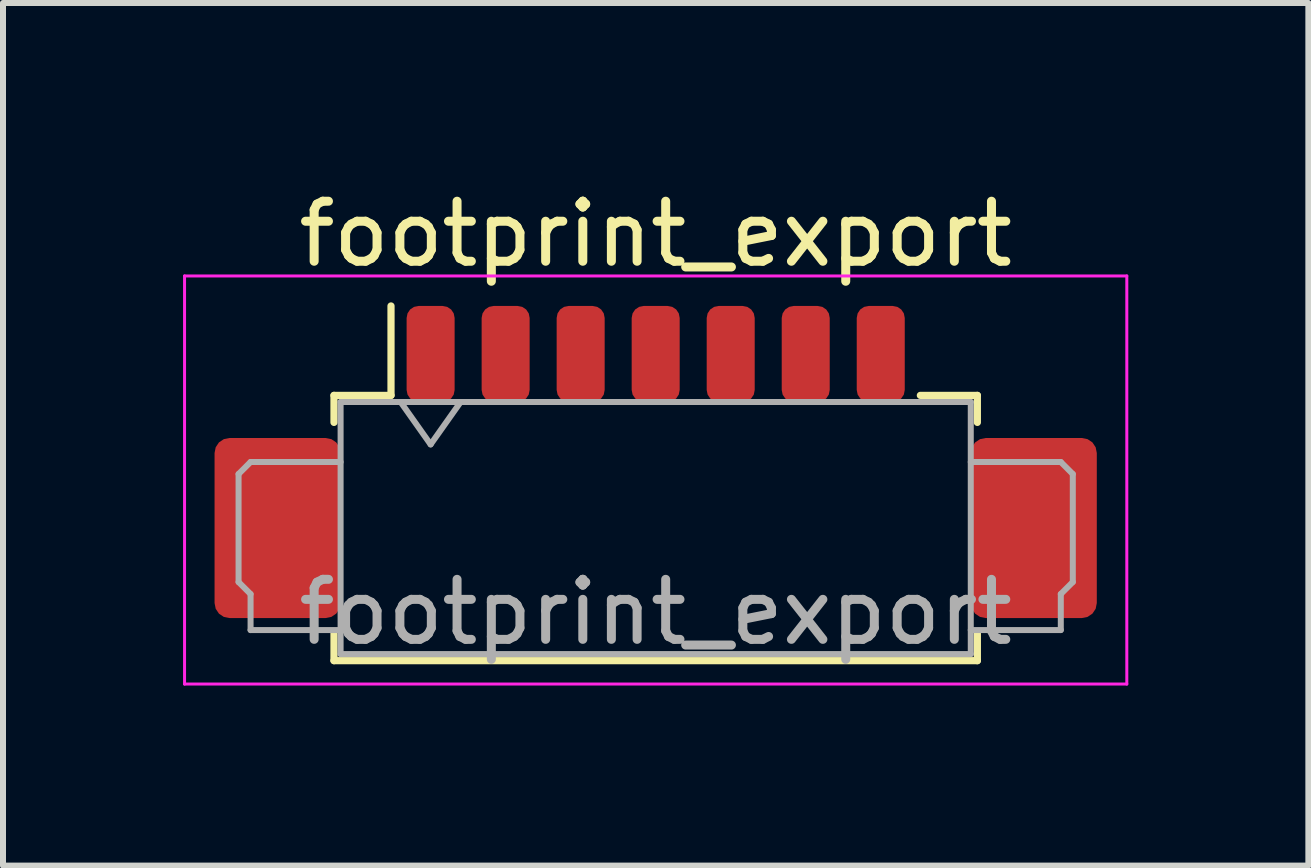
<source format=kicad_pcb>
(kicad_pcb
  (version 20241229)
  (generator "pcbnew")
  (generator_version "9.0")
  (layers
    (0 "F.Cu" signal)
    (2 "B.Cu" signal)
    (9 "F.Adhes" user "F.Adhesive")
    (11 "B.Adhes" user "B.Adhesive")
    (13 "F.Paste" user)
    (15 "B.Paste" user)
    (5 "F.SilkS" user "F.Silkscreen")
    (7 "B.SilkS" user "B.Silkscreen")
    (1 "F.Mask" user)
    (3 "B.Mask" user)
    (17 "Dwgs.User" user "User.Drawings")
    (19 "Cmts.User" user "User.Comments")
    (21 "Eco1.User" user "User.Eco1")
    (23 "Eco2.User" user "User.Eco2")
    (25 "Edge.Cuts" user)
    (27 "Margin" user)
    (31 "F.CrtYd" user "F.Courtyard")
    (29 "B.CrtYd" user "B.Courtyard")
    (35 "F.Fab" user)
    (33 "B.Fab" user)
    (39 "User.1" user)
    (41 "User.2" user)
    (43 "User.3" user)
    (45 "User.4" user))
  (footprint "footprint_export"
    (layer "F.Cu")
    (at 7.875 5.248)
    (property "Reference" "footprint_export" (at 0 -4.4 0) (layer "F.SilkS") (effects (font (size 1 1) (thickness 0.15))))
    (attr smd)
    (fp_line (start -5.36 -1.71) (end -4.41 -1.71) (stroke (width 0.12) (type solid)) (layer "F.SilkS"))
    (fp_line (start -5.36 -1.26) (end -5.36 -1.71) (stroke (width 0.12) (type solid)) (layer "F.SilkS"))
    (fp_line (start -5.36 2.26) (end -5.36 2.71) (stroke (width 0.12) (type solid)) (layer "F.SilkS"))
    (fp_line (start -5.36 2.71) (end 5.36 2.71) (stroke (width 0.12) (type solid)) (layer "F.SilkS"))
    (fp_line (start -4.41 -1.71) (end -4.41 -3.2) (stroke (width 0.12) (type solid)) (layer "F.SilkS"))
    (fp_line (start 5.36 -1.71) (end 4.41 -1.71) (stroke (width 0.12) (type solid)) (layer "F.SilkS"))
    (fp_line (start 5.36 -1.26) (end 5.36 -1.71) (stroke (width 0.12) (type solid)) (layer "F.SilkS"))
    (fp_line (start 5.36 2.71) (end 5.36 2.26) (stroke (width 0.12) (type solid)) (layer "F.SilkS"))
    (fp_line (start -7.85 -3.7) (end -7.85 3.1) (stroke (width 0.05) (type solid)) (layer "F.CrtYd"))
    (fp_line (start -7.85 3.1) (end 7.85 3.1) (stroke (width 0.05) (type solid)) (layer "F.CrtYd"))
    (fp_line (start 7.85 -3.7) (end -7.85 -3.7) (stroke (width 0.05) (type solid)) (layer "F.CrtYd"))
    (fp_line (start 7.85 3.1) (end 7.85 -3.7) (stroke (width 0.05) (type solid)) (layer "F.CrtYd"))
    (fp_line (start -6.95 -0.4) (end -6.95 1.4) (stroke (width 0.1) (type solid)) (layer "F.Fab"))
    (fp_line (start -6.95 1.4) (end -6.75 1.6) (stroke (width 0.1) (type solid)) (layer "F.Fab"))
    (fp_line (start -6.75 -0.6) (end -6.95 -0.4) (stroke (width 0.1) (type solid)) (layer "F.Fab"))
    (fp_line (start -6.75 1.6) (end -6.75 2.2) (stroke (width 0.1) (type solid)) (layer "F.Fab"))
    (fp_line (start -6.75 2.2) (end -5.25 2.2) (stroke (width 0.1) (type solid)) (layer "F.Fab"))
    (fp_line (start -5.25 -1.6) (end -5.25 2.6) (stroke (width 0.1) (type solid)) (layer "F.Fab"))
    (fp_line (start -5.25 -1.6) (end 5.25 -1.6) (stroke (width 0.1) (type solid)) (layer "F.Fab"))
    (fp_line (start -5.25 -0.6) (end -6.75 -0.6) (stroke (width 0.1) (type solid)) (layer "F.Fab"))
    (fp_line (start -5.25 2.6) (end 5.25 2.6) (stroke (width 0.1) (type solid)) (layer "F.Fab"))
    (fp_line (start -4.25 -1.6) (end -3.75 -0.893) (stroke (width 0.1) (type solid)) (layer "F.Fab"))
    (fp_line (start -3.75 -0.893) (end -3.25 -1.6) (stroke (width 0.1) (type solid)) (layer "F.Fab"))
    (fp_line (start 5.25 -1.6) (end 5.25 2.6) (stroke (width 0.1) (type solid)) (layer "F.Fab"))
    (fp_line (start 5.25 -0.6) (end 6.75 -0.6) (stroke (width 0.1) (type solid)) (layer "F.Fab"))
    (fp_line (start 6.75 -0.6) (end 6.95 -0.4) (stroke (width 0.1) (type solid)) (layer "F.Fab"))
    (fp_line (start 6.75 1.6) (end 6.75 2.2) (stroke (width 0.1) (type solid)) (layer "F.Fab"))
    (fp_line (start 6.75 2.2) (end 5.25 2.2) (stroke (width 0.1) (type solid)) (layer "F.Fab"))
    (fp_line (start 6.95 -0.4) (end 6.95 1.4) (stroke (width 0.1) (type solid)) (layer "F.Fab"))
    (fp_line (start 6.95 1.4) (end 6.75 1.6) (stroke (width 0.1) (type solid)) (layer "F.Fab"))
    (fp_text user "${REFERENCE}" (at 0 1.9 0) (layer "F.Fab") (effects (font (size 1 1) (thickness 0.15))))
    (pad "1" smd roundrect (at -3.75 -2.4) (size 0.8 1.6) (layers "F.Cu" "F.Mask" "F.Paste") (roundrect_rratio 0.25))
    (pad "2" smd roundrect (at -2.5 -2.4) (size 0.8 1.6) (layers "F.Cu" "F.Mask" "F.Paste") (roundrect_rratio 0.25))
    (pad "3" smd roundrect (at -1.25 -2.4) (size 0.8 1.6) (layers "F.Cu" "F.Mask" "F.Paste") (roundrect_rratio 0.25))
    (pad "4" smd roundrect (at 0 -2.4) (size 0.8 1.6) (layers "F.Cu" "F.Mask" "F.Paste") (roundrect_rratio 0.25))
    (pad "5" smd roundrect (at 1.25 -2.4) (size 0.8 1.6) (layers "F.Cu" "F.Mask" "F.Paste") (roundrect_rratio 0.25))
    (pad "6" smd roundrect (at 2.5 -2.4) (size 0.8 1.6) (layers "F.Cu" "F.Mask" "F.Paste") (roundrect_rratio 0.25))
    (pad "7" smd roundrect (at 3.75 -2.4) (size 0.8 1.6) (layers "F.Cu" "F.Mask" "F.Paste") (roundrect_rratio 0.25))
    (pad "MP" smd roundrect (at -6.3 0.5) (size 2.1 3) (layers "F.Cu" "F.Mask" "F.Paste") (roundrect_rratio 0.119))
    (pad "MP" smd roundrect (at 6.3 0.5) (size 2.1 3) (layers "F.Cu" "F.Mask" "F.Paste") (roundrect_rratio 0.119)))
  (gr_rect
    (start -3 -3)
    (end 18.75 11.373)
    (stroke (width 0.1) (type default))
    (fill no)
    (layer "Edge.Cuts")))
</source>
